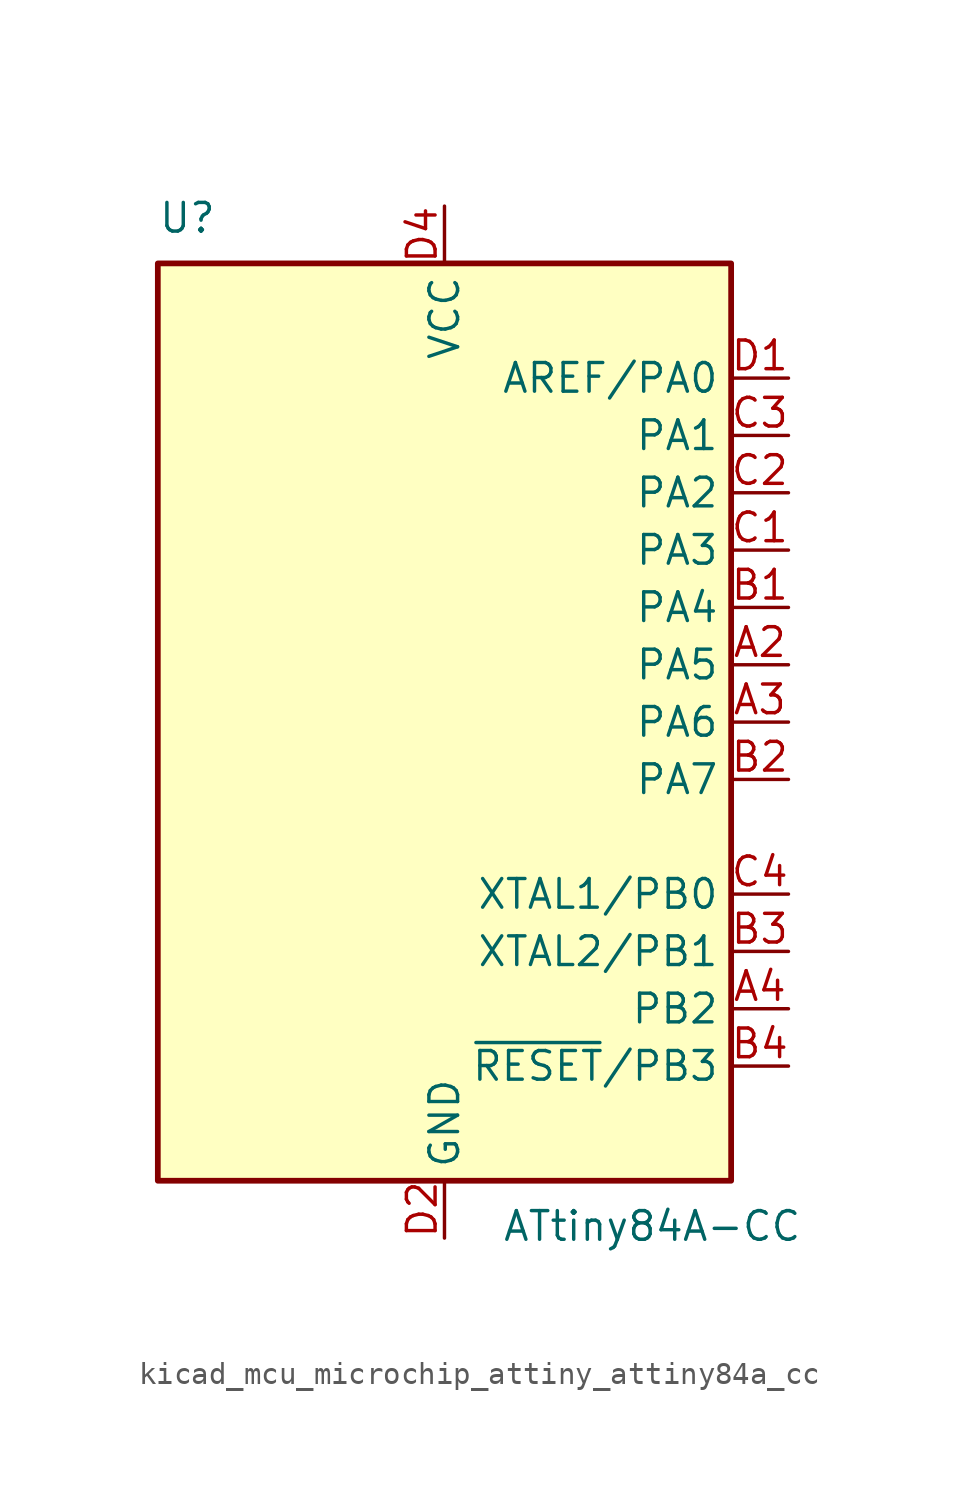
<source format=kicad_sym>
(kicad_symbol_lib
  (version 20220914)
  (generator kicad_symbol_editor)
  (symbol "kicad_mcu_microchip_attiny_attiny84a_cc"
    (property "Reference" "U"
      (at -12.7 21.59 0)
      (effects (font (size 1.27 1.27)) (justify left bottom)))
    (property "Value" "ATtiny84A-CC"
      (at 2.54 -21.59 0)
      (effects (font (size 1.27 1.27)) (justify left top)))
    (symbol "kicad_mcu_microchip_attiny_attiny84a_cc_0_1"
      (rectangle (start -12.7 -20.32) (end 12.7 20.32) (stroke (width 0.254) (type default)) (fill (type background))))
    (symbol "kicad_mcu_microchip_attiny_attiny84a_cc_1_1"
      (pin bidirectional line (at 15.24 2.54 180) (length 2.54) (name "PA5" (effects (font (size 1.27 1.27)))) (number "A2" (effects (font (size 1.27 1.27)))))
      (pin bidirectional line (at 15.24 0 180) (length 2.54) (name "PA6" (effects (font (size 1.27 1.27)))) (number "A3" (effects (font (size 1.27 1.27)))))
      (pin bidirectional line (at 15.24 -12.7 180) (length 2.54) (name "PB2" (effects (font (size 1.27 1.27)))) (number "A4" (effects (font (size 1.27 1.27)))))
      (pin bidirectional line (at 15.24 5.08 180) (length 2.54) (name "PA4" (effects (font (size 1.27 1.27)))) (number "B1" (effects (font (size 1.27 1.27)))))
      (pin bidirectional line (at 15.24 -2.54 180) (length 2.54) (name "PA7" (effects (font (size 1.27 1.27)))) (number "B2" (effects (font (size 1.27 1.27)))))
      (pin bidirectional line (at 15.24 -10.16 180) (length 2.54) (name "XTAL2/PB1" (effects (font (size 1.27 1.27)))) (number "B3" (effects (font (size 1.27 1.27)))))
      (pin bidirectional line (at 15.24 -15.24 180) (length 2.54) (name "~{RESET}/PB3" (effects (font (size 1.27 1.27)))) (number "B4" (effects (font (size 1.27 1.27)))))
      (pin bidirectional line (at 15.24 7.62 180) (length 2.54) (name "PA3" (effects (font (size 1.27 1.27)))) (number "C1" (effects (font (size 1.27 1.27)))))
      (pin bidirectional line (at 15.24 10.16 180) (length 2.54) (name "PA2" (effects (font (size 1.27 1.27)))) (number "C2" (effects (font (size 1.27 1.27)))))
      (pin bidirectional line (at 15.24 12.7 180) (length 2.54) (name "PA1" (effects (font (size 1.27 1.27)))) (number "C3" (effects (font (size 1.27 1.27)))))
      (pin bidirectional line (at 15.24 -7.62 180) (length 2.54) (name "XTAL1/PB0" (effects (font (size 1.27 1.27)))) (number "C4" (effects (font (size 1.27 1.27)))))
      (pin bidirectional line (at 15.24 15.24 180) (length 2.54) (name "AREF/PA0" (effects (font (size 1.27 1.27)))) (number "D1" (effects (font (size 1.27 1.27)))))
      (pin power_in line (at 0 -22.86 90) (length 2.54) (name "GND" (effects (font (size 1.27 1.27)))) (number "D2" (effects (font (size 1.27 1.27)))))
      (pin passive line (at 0 -22.86 90) (length 2.54) hide (name "GND" (effects (font (size 1.27 1.27)))) (number "D3" (effects (font (size 1.27 1.27)))))
      (pin power_in line (at 0 22.86 270) (length 2.54) (name "VCC" (effects (font (size 1.27 1.27)))) (number "D4" (effects (font (size 1.27 1.27))))))))
</source>
